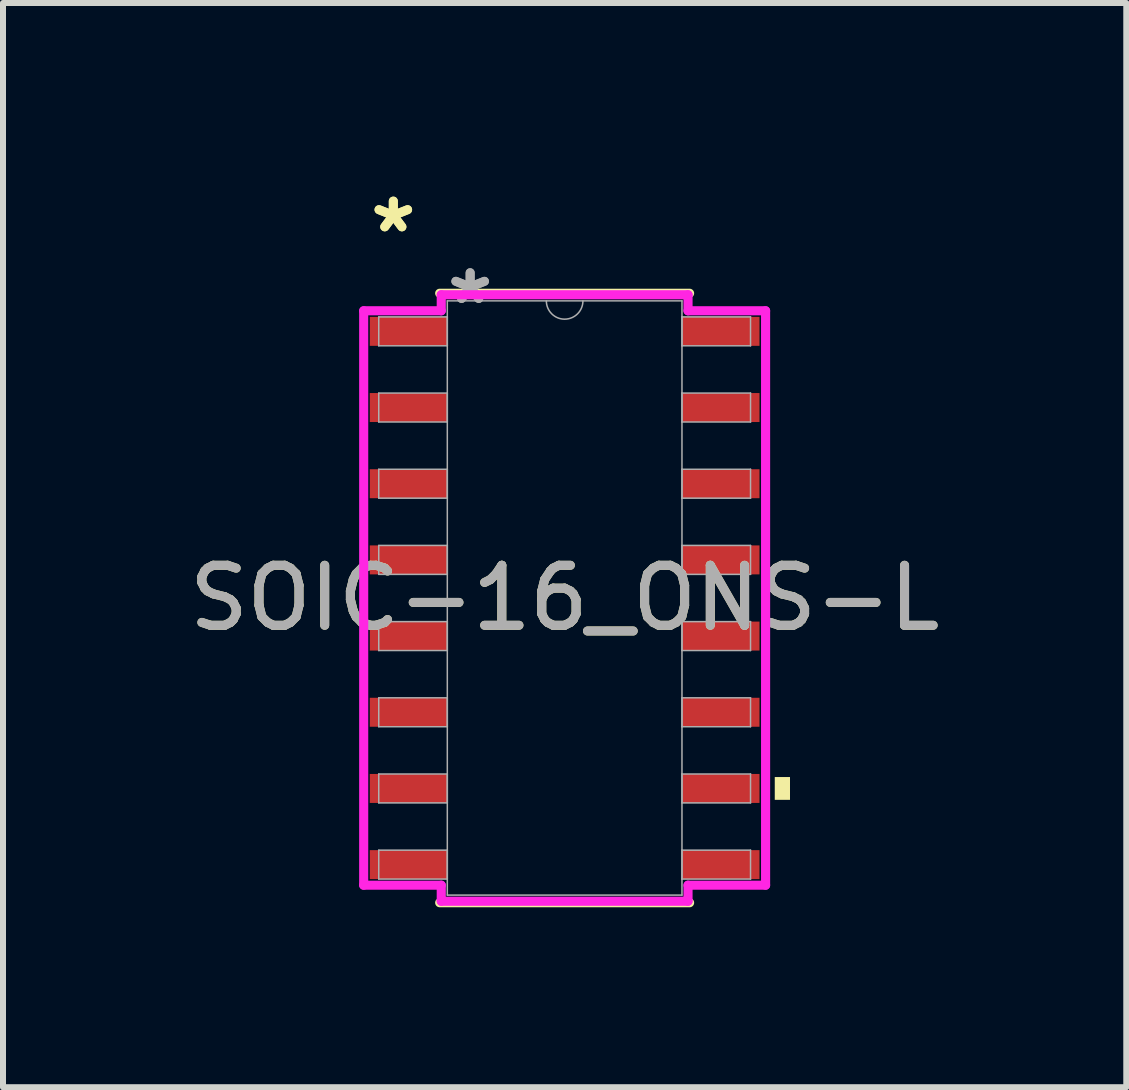
<source format=kicad_pcb>
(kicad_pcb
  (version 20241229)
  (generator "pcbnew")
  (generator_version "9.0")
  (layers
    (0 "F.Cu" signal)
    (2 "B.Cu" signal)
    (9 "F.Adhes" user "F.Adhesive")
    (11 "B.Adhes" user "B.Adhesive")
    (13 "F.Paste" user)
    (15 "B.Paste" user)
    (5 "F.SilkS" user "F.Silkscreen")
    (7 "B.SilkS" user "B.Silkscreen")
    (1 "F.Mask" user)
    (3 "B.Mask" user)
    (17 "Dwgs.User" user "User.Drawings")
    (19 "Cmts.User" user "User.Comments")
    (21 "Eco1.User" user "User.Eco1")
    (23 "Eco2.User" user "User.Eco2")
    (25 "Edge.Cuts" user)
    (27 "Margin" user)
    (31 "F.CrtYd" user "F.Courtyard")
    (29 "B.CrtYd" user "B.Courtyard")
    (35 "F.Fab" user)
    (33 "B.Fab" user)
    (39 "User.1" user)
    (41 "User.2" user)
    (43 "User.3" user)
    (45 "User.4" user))
  (footprint "SOIC-16_ONS-L"
    (layer "F.Cu")
    (at 6.363 6.919)
    (property "Reference" "SOIC-16_ONS-L" (at 0 0 0) (unlocked yes) (layer "F.SilkS") (effects (font (size 1 1) (thickness 0.15))))
    (attr smd)
    (fp_line (start -2.083 5.08) (end 2.083 5.08) (stroke (width 0.152) (type solid)) (layer "F.SilkS"))
    (fp_line (start 2.083 -5.08) (end -2.083 -5.08) (stroke (width 0.152) (type solid)) (layer "F.SilkS"))
    (fp_poly (pts (xy 3.757 2.985) (xy 3.757 3.365) (xy 3.503 3.365) (xy 3.503 2.985)) (stroke (width 0) (type solid)) (fill yes) (layer "F.SilkS"))
    (fp_line (start -3.35 -4.788) (end -2.057 -4.788) (stroke (width 0.152) (type solid)) (layer "F.CrtYd"))
    (fp_line (start -3.35 4.788) (end -3.35 -4.788) (stroke (width 0.152) (type solid)) (layer "F.CrtYd"))
    (fp_line (start -3.35 4.788) (end -2.057 4.788) (stroke (width 0.152) (type solid)) (layer "F.CrtYd"))
    (fp_line (start -2.057 -5.055) (end 2.057 -5.055) (stroke (width 0.152) (type solid)) (layer "F.CrtYd"))
    (fp_line (start -2.057 -4.788) (end -2.057 -5.055) (stroke (width 0.152) (type solid)) (layer "F.CrtYd"))
    (fp_line (start -2.057 5.055) (end -2.057 4.788) (stroke (width 0.152) (type solid)) (layer "F.CrtYd"))
    (fp_line (start 2.057 -5.055) (end 2.057 -4.788) (stroke (width 0.152) (type solid)) (layer "F.CrtYd"))
    (fp_line (start 2.057 4.788) (end 2.057 5.055) (stroke (width 0.152) (type solid)) (layer "F.CrtYd"))
    (fp_line (start 2.057 5.055) (end -2.057 5.055) (stroke (width 0.152) (type solid)) (layer "F.CrtYd"))
    (fp_line (start 3.35 -4.788) (end 2.057 -4.788) (stroke (width 0.152) (type solid)) (layer "F.CrtYd"))
    (fp_line (start 3.35 -4.788) (end 3.35 4.788) (stroke (width 0.152) (type solid)) (layer "F.CrtYd"))
    (fp_line (start 3.35 4.788) (end 2.057 4.788) (stroke (width 0.152) (type solid)) (layer "F.CrtYd"))
    (fp_line (start -3.099 -4.686) (end -3.099 -4.204) (stroke (width 0.025) (type solid)) (layer "F.Fab"))
    (fp_line (start -3.099 -4.204) (end -1.956 -4.204) (stroke (width 0.025) (type solid)) (layer "F.Fab"))
    (fp_line (start -3.099 -3.416) (end -3.099 -2.934) (stroke (width 0.025) (type solid)) (layer "F.Fab"))
    (fp_line (start -3.099 -2.934) (end -1.956 -2.934) (stroke (width 0.025) (type solid)) (layer "F.Fab"))
    (fp_line (start -3.099 -2.146) (end -3.099 -1.664) (stroke (width 0.025) (type solid)) (layer "F.Fab"))
    (fp_line (start -3.099 -1.664) (end -1.956 -1.664) (stroke (width 0.025) (type solid)) (layer "F.Fab"))
    (fp_line (start -3.099 -0.876) (end -3.099 -0.394) (stroke (width 0.025) (type solid)) (layer "F.Fab"))
    (fp_line (start -3.099 -0.394) (end -1.956 -0.394) (stroke (width 0.025) (type solid)) (layer "F.Fab"))
    (fp_line (start -3.099 0.394) (end -3.099 0.876) (stroke (width 0.025) (type solid)) (layer "F.Fab"))
    (fp_line (start -3.099 0.876) (end -1.956 0.876) (stroke (width 0.025) (type solid)) (layer "F.Fab"))
    (fp_line (start -3.099 1.664) (end -3.099 2.146) (stroke (width 0.025) (type solid)) (layer "F.Fab"))
    (fp_line (start -3.099 2.146) (end -1.956 2.146) (stroke (width 0.025) (type solid)) (layer "F.Fab"))
    (fp_line (start -3.099 2.934) (end -3.099 3.416) (stroke (width 0.025) (type solid)) (layer "F.Fab"))
    (fp_line (start -3.099 3.416) (end -1.956 3.416) (stroke (width 0.025) (type solid)) (layer "F.Fab"))
    (fp_line (start -3.099 4.204) (end -3.099 4.686) (stroke (width 0.025) (type solid)) (layer "F.Fab"))
    (fp_line (start -3.099 4.686) (end -1.956 4.686) (stroke (width 0.025) (type solid)) (layer "F.Fab"))
    (fp_line (start -1.956 -4.953) (end -1.956 4.953) (stroke (width 0.025) (type solid)) (layer "F.Fab"))
    (fp_line (start -1.956 -4.686) (end -3.099 -4.686) (stroke (width 0.025) (type solid)) (layer "F.Fab"))
    (fp_line (start -1.956 -4.204) (end -1.956 -4.686) (stroke (width 0.025) (type solid)) (layer "F.Fab"))
    (fp_line (start -1.956 -3.416) (end -3.099 -3.416) (stroke (width 0.025) (type solid)) (layer "F.Fab"))
    (fp_line (start -1.956 -2.934) (end -1.956 -3.416) (stroke (width 0.025) (type solid)) (layer "F.Fab"))
    (fp_line (start -1.956 -2.146) (end -3.099 -2.146) (stroke (width 0.025) (type solid)) (layer "F.Fab"))
    (fp_line (start -1.956 -1.664) (end -1.956 -2.146) (stroke (width 0.025) (type solid)) (layer "F.Fab"))
    (fp_line (start -1.956 -0.876) (end -3.099 -0.876) (stroke (width 0.025) (type solid)) (layer "F.Fab"))
    (fp_line (start -1.956 -0.394) (end -1.956 -0.876) (stroke (width 0.025) (type solid)) (layer "F.Fab"))
    (fp_line (start -1.956 0.394) (end -3.099 0.394) (stroke (width 0.025) (type solid)) (layer "F.Fab"))
    (fp_line (start -1.956 0.876) (end -1.956 0.394) (stroke (width 0.025) (type solid)) (layer "F.Fab"))
    (fp_line (start -1.956 1.664) (end -3.099 1.664) (stroke (width 0.025) (type solid)) (layer "F.Fab"))
    (fp_line (start -1.956 2.146) (end -1.956 1.664) (stroke (width 0.025) (type solid)) (layer "F.Fab"))
    (fp_line (start -1.956 2.934) (end -3.099 2.934) (stroke (width 0.025) (type solid)) (layer "F.Fab"))
    (fp_line (start -1.956 3.416) (end -1.956 2.934) (stroke (width 0.025) (type solid)) (layer "F.Fab"))
    (fp_line (start -1.956 4.204) (end -3.099 4.204) (stroke (width 0.025) (type solid)) (layer "F.Fab"))
    (fp_line (start -1.956 4.686) (end -1.956 4.204) (stroke (width 0.025) (type solid)) (layer "F.Fab"))
    (fp_line (start -1.956 4.953) (end 1.956 4.953) (stroke (width 0.025) (type solid)) (layer "F.Fab"))
    (fp_line (start 1.956 -4.953) (end -1.956 -4.953) (stroke (width 0.025) (type solid)) (layer "F.Fab"))
    (fp_line (start 1.956 -4.686) (end 1.956 -4.204) (stroke (width 0.025) (type solid)) (layer "F.Fab"))
    (fp_line (start 1.956 -4.204) (end 3.099 -4.204) (stroke (width 0.025) (type solid)) (layer "F.Fab"))
    (fp_line (start 1.956 -3.416) (end 1.956 -2.934) (stroke (width 0.025) (type solid)) (layer "F.Fab"))
    (fp_line (start 1.956 -2.934) (end 3.099 -2.934) (stroke (width 0.025) (type solid)) (layer "F.Fab"))
    (fp_line (start 1.956 -2.146) (end 1.956 -1.664) (stroke (width 0.025) (type solid)) (layer "F.Fab"))
    (fp_line (start 1.956 -1.664) (end 3.099 -1.664) (stroke (width 0.025) (type solid)) (layer "F.Fab"))
    (fp_line (start 1.956 -0.876) (end 1.956 -0.394) (stroke (width 0.025) (type solid)) (layer "F.Fab"))
    (fp_line (start 1.956 -0.394) (end 3.099 -0.394) (stroke (width 0.025) (type solid)) (layer "F.Fab"))
    (fp_line (start 1.956 0.394) (end 1.956 0.876) (stroke (width 0.025) (type solid)) (layer "F.Fab"))
    (fp_line (start 1.956 0.876) (end 3.099 0.876) (stroke (width 0.025) (type solid)) (layer "F.Fab"))
    (fp_line (start 1.956 1.664) (end 1.956 2.146) (stroke (width 0.025) (type solid)) (layer "F.Fab"))
    (fp_line (start 1.956 2.146) (end 3.099 2.146) (stroke (width 0.025) (type solid)) (layer "F.Fab"))
    (fp_line (start 1.956 2.934) (end 1.956 3.416) (stroke (width 0.025) (type solid)) (layer "F.Fab"))
    (fp_line (start 1.956 3.416) (end 3.099 3.416) (stroke (width 0.025) (type solid)) (layer "F.Fab"))
    (fp_line (start 1.956 4.204) (end 1.956 4.686) (stroke (width 0.025) (type solid)) (layer "F.Fab"))
    (fp_line (start 1.956 4.686) (end 3.099 4.686) (stroke (width 0.025) (type solid)) (layer "F.Fab"))
    (fp_line (start 1.956 4.953) (end 1.956 -4.953) (stroke (width 0.025) (type solid)) (layer "F.Fab"))
    (fp_line (start 3.099 -4.686) (end 1.956 -4.686) (stroke (width 0.025) (type solid)) (layer "F.Fab"))
    (fp_line (start 3.099 -4.204) (end 3.099 -4.686) (stroke (width 0.025) (type solid)) (layer "F.Fab"))
    (fp_line (start 3.099 -3.416) (end 1.956 -3.416) (stroke (width 0.025) (type solid)) (layer "F.Fab"))
    (fp_line (start 3.099 -2.934) (end 3.099 -3.416) (stroke (width 0.025) (type solid)) (layer "F.Fab"))
    (fp_line (start 3.099 -2.146) (end 1.956 -2.146) (stroke (width 0.025) (type solid)) (layer "F.Fab"))
    (fp_line (start 3.099 -1.664) (end 3.099 -2.146) (stroke (width 0.025) (type solid)) (layer "F.Fab"))
    (fp_line (start 3.099 -0.876) (end 1.956 -0.876) (stroke (width 0.025) (type solid)) (layer "F.Fab"))
    (fp_line (start 3.099 -0.394) (end 3.099 -0.876) (stroke (width 0.025) (type solid)) (layer "F.Fab"))
    (fp_line (start 3.099 0.394) (end 1.956 0.394) (stroke (width 0.025) (type solid)) (layer "F.Fab"))
    (fp_line (start 3.099 0.876) (end 3.099 0.394) (stroke (width 0.025) (type solid)) (layer "F.Fab"))
    (fp_line (start 3.099 1.664) (end 1.956 1.664) (stroke (width 0.025) (type solid)) (layer "F.Fab"))
    (fp_line (start 3.099 2.146) (end 3.099 1.664) (stroke (width 0.025) (type solid)) (layer "F.Fab"))
    (fp_line (start 3.099 2.934) (end 1.956 2.934) (stroke (width 0.025) (type solid)) (layer "F.Fab"))
    (fp_line (start 3.099 3.416) (end 3.099 2.934) (stroke (width 0.025) (type solid)) (layer "F.Fab"))
    (fp_line (start 3.099 4.204) (end 1.956 4.204) (stroke (width 0.025) (type solid)) (layer "F.Fab"))
    (fp_line (start 3.099 4.686) (end 3.099 4.204) (stroke (width 0.025) (type solid)) (layer "F.Fab"))
    (fp_arc (start 0.3048 -4.953) (mid 0 -4.6482) (end -0.3048 -4.953) (stroke (width 0.0254) (type solid)) (layer "F.Fab"))
    (fp_text user "*" (at -2.856 -6.071 0) (unlocked yes) (layer "F.SilkS") (effects (font (size 1 1) (thickness 0.15))))
    (fp_text user "*" (at -2.856 -6.071 0) (layer "F.SilkS") (effects (font (size 1 1) (thickness 0.15))))
    (fp_text user "*" (at -1.575 -4.877 0) (unlocked yes) (layer "F.Fab") (effects (font (size 1 1) (thickness 0.15))))
    (fp_text user "*" (at -1.575 -4.877 0) (layer "F.Fab") (effects (font (size 1 1) (thickness 0.15))))
    (fp_text user "${REFERENCE}" (at 0 0 0) (unlocked yes) (layer "F.Fab") (effects (font (size 1 1) (thickness 0.15))))
    (pad "1" smd rect (at -2.602 -4.445) (size 1.293 0.483) (layers "F.Cu" "F.Mask" "F.Paste"))
    (pad "2" smd rect (at -2.602 -3.175) (size 1.293 0.483) (layers "F.Cu" "F.Mask" "F.Paste"))
    (pad "3" smd rect (at -2.602 -1.905) (size 1.293 0.483) (layers "F.Cu" "F.Mask" "F.Paste"))
    (pad "4" smd rect (at -2.602 -0.635) (size 1.293 0.483) (layers "F.Cu" "F.Mask" "F.Paste"))
    (pad "5" smd rect (at -2.602 0.635) (size 1.293 0.483) (layers "F.Cu" "F.Mask" "F.Paste"))
    (pad "6" smd rect (at -2.602 1.905) (size 1.293 0.483) (layers "F.Cu" "F.Mask" "F.Paste"))
    (pad "7" smd rect (at -2.602 3.175) (size 1.293 0.483) (layers "F.Cu" "F.Mask" "F.Paste"))
    (pad "8" smd rect (at -2.602 4.445) (size 1.293 0.483) (layers "F.Cu" "F.Mask" "F.Paste"))
    (pad "9" smd rect (at 2.602 4.445) (size 1.293 0.483) (layers "F.Cu" "F.Mask" "F.Paste"))
    (pad "10" smd rect (at 2.602 3.175) (size 1.293 0.483) (layers "F.Cu" "F.Mask" "F.Paste"))
    (pad "11" smd rect (at 2.602 1.905) (size 1.293 0.483) (layers "F.Cu" "F.Mask" "F.Paste"))
    (pad "12" smd rect (at 2.602 0.635) (size 1.293 0.483) (layers "F.Cu" "F.Mask" "F.Paste"))
    (pad "13" smd rect (at 2.602 -0.635) (size 1.293 0.483) (layers "F.Cu" "F.Mask" "F.Paste"))
    (pad "14" smd rect (at 2.602 -1.905) (size 1.293 0.483) (layers "F.Cu" "F.Mask" "F.Paste"))
    (pad "15" smd rect (at 2.602 -3.175) (size 1.293 0.483) (layers "F.Cu" "F.Mask" "F.Paste"))
    (pad "16" smd rect (at 2.602 -4.445) (size 1.293 0.483) (layers "F.Cu" "F.Mask" "F.Paste")))
  (gr_rect
    (start -3 -3)
    (end 15.726 15.075)
    (stroke (width 0.1) (type default))
    (fill no)
    (layer "Edge.Cuts")))
</source>
